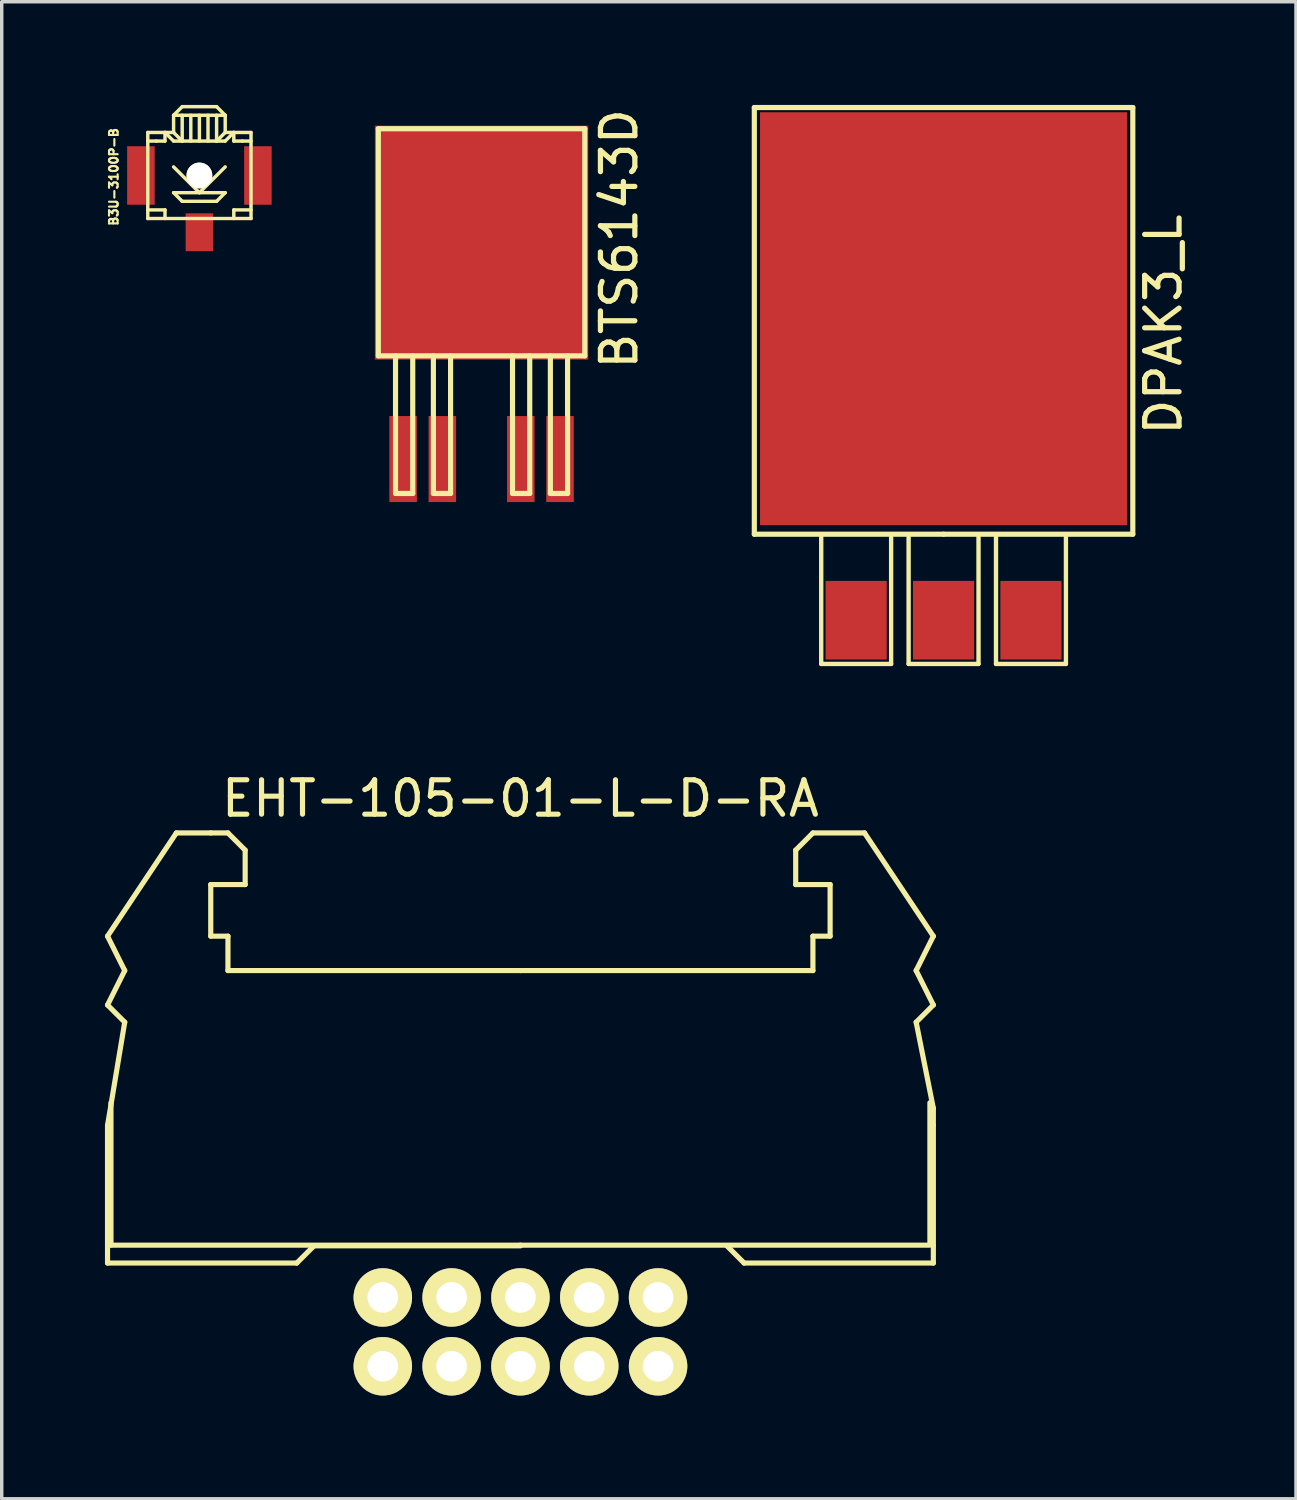
<source format=kicad_pcb>
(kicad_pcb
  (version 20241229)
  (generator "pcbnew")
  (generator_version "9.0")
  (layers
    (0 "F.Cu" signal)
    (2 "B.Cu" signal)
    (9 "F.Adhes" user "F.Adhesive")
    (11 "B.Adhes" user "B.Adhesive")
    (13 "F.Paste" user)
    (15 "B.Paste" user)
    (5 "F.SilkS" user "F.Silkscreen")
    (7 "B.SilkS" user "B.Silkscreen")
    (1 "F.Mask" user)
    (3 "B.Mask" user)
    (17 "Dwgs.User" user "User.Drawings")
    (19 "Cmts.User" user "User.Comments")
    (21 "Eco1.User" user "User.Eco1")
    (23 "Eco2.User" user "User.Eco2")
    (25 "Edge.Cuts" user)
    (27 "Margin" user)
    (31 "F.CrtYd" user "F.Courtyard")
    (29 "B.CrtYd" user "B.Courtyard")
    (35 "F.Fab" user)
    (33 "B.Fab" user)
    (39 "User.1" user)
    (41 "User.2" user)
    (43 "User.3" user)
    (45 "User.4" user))
  (footprint "EHT-105-01-L-D-RA"
    (layer "F.Cu")
    (at 12.075 35.657)
    (property "Reference" "EHT-105-01-L-D-RA" (at 0 -15.5 0) (layer "F.SilkS") (effects (font (size 1 1) (thickness 0.15))))
    (attr through_hole)
    (fp_line (start -12 -11.5) (end -11.5 -10.5) (stroke (width 0.15) (type solid)) (layer "F.SilkS"))
    (fp_line (start -12 -9.5) (end -11.5 -9) (stroke (width 0.15) (type solid)) (layer "F.SilkS"))
    (fp_line (start -12 -2) (end -12 -6) (stroke (width 0.15) (type solid)) (layer "F.SilkS"))
    (fp_line (start -11.9 -2.52) (end -11.9 -6.66) (stroke (width 0.15) (type solid)) (layer "F.SilkS"))
    (fp_line (start -11.5 -10.5) (end -12 -9.5) (stroke (width 0.15) (type solid)) (layer "F.SilkS"))
    (fp_line (start -11.5 -9) (end -12 -6) (stroke (width 0.15) (type solid)) (layer "F.SilkS"))
    (fp_line (start -10 -14.5) (end -12 -11.5) (stroke (width 0.15) (type solid)) (layer "F.SilkS"))
    (fp_line (start -10 -14.5) (end -9 -14.5) (stroke (width 0.15) (type solid)) (layer "F.SilkS"))
    (fp_line (start -9 -13) (end -9 -11.5) (stroke (width 0.15) (type solid)) (layer "F.SilkS"))
    (fp_line (start -9 -13) (end -8 -13) (stroke (width 0.15) (type solid)) (layer "F.SilkS"))
    (fp_line (start -9 -11.5) (end -8.5 -11.5) (stroke (width 0.15) (type solid)) (layer "F.SilkS"))
    (fp_line (start -8.5 -14.5) (end -9 -14.5) (stroke (width 0.15) (type solid)) (layer "F.SilkS"))
    (fp_line (start -8.5 -11.5) (end -8.5 -10.5) (stroke (width 0.15) (type solid)) (layer "F.SilkS"))
    (fp_line (start -8.5 -10.5) (end 0 -10.5) (stroke (width 0.15) (type solid)) (layer "F.SilkS"))
    (fp_line (start -8 -14) (end -8.5 -14.5) (stroke (width 0.15) (type solid)) (layer "F.SilkS"))
    (fp_line (start -8 -13) (end -8 -14) (stroke (width 0.15) (type solid)) (layer "F.SilkS"))
    (fp_line (start -6.5 -2) (end -12 -2) (stroke (width 0.15) (type solid)) (layer "F.SilkS"))
    (fp_line (start -6 -2.5) (end -6.5 -2) (stroke (width 0.15) (type solid)) (layer "F.SilkS"))
    (fp_line (start 0 -10.5) (end 8.5 -10.5) (stroke (width 0.15) (type solid)) (layer "F.SilkS"))
    (fp_line (start 0 -2.52) (end -11.895 -2.52) (stroke (width 0.15) (type solid)) (layer "F.SilkS"))
    (fp_line (start 0 -2.52) (end 11.895 -2.52) (stroke (width 0.15) (type solid)) (layer "F.SilkS"))
    (fp_line (start 0 -2.5) (end -6 -2.5) (stroke (width 0.15) (type solid)) (layer "F.SilkS"))
    (fp_line (start 6.5 -2) (end 6 -2.5) (stroke (width 0.15) (type solid)) (layer "F.SilkS"))
    (fp_line (start 8 -14) (end 8.5 -14.5) (stroke (width 0.15) (type solid)) (layer "F.SilkS"))
    (fp_line (start 8 -13) (end 8 -14) (stroke (width 0.15) (type solid)) (layer "F.SilkS"))
    (fp_line (start 8.5 -14.5) (end 10 -14.5) (stroke (width 0.15) (type solid)) (layer "F.SilkS"))
    (fp_line (start 8.5 -11.5) (end 9 -11.5) (stroke (width 0.15) (type solid)) (layer "F.SilkS"))
    (fp_line (start 8.5 -10.5) (end 8.5 -11.5) (stroke (width 0.15) (type solid)) (layer "F.SilkS"))
    (fp_line (start 9 -13) (end 8 -13) (stroke (width 0.15) (type solid)) (layer "F.SilkS"))
    (fp_line (start 9 -11.5) (end 9 -13) (stroke (width 0.15) (type solid)) (layer "F.SilkS"))
    (fp_line (start 10 -14.5) (end 12 -11.5) (stroke (width 0.15) (type solid)) (layer "F.SilkS"))
    (fp_line (start 11.5 -10.5) (end 12 -9.5) (stroke (width 0.15) (type solid)) (layer "F.SilkS"))
    (fp_line (start 11.5 -9) (end 12 -6.5) (stroke (width 0.15) (type solid)) (layer "F.SilkS"))
    (fp_line (start 11.9 -2.59) (end 11.9 -6.66) (stroke (width 0.15) (type solid)) (layer "F.SilkS"))
    (fp_line (start 12 -11.5) (end 11.5 -10.5) (stroke (width 0.15) (type solid)) (layer "F.SilkS"))
    (fp_line (start 12 -9.5) (end 11.5 -9) (stroke (width 0.15) (type solid)) (layer "F.SilkS"))
    (fp_line (start 12 -6) (end 12 -6.5) (stroke (width 0.15) (type solid)) (layer "F.SilkS"))
    (fp_line (start 12 -6) (end 12 -2.5) (stroke (width 0.15) (type solid)) (layer "F.SilkS"))
    (fp_line (start 12 -2.5) (end 12 -2) (stroke (width 0.15) (type solid)) (layer "F.SilkS"))
    (fp_line (start 12 -2) (end 6.5 -2) (stroke (width 0.15) (type solid)) (layer "F.SilkS"))
    (pad "1" thru_hole circle (at -4 1) (size 1.7 1.7) (drill 0.89) (layers "*.Cu" "*.Mask" "F.SilkS"))
    (pad "2" thru_hole circle (at -4 -1) (size 1.7 1.7) (drill 0.89) (layers "*.Cu" "*.Mask" "F.SilkS"))
    (pad "3" thru_hole circle (at -2 1) (size 1.7 1.7) (drill 0.89) (layers "*.Cu" "*.Mask" "F.SilkS"))
    (pad "4" thru_hole circle (at -2 -1) (size 1.7 1.7) (drill 0.89) (layers "*.Cu" "*.Mask" "F.SilkS"))
    (pad "5" thru_hole circle (at 0 1) (size 1.7 1.7) (drill 0.89) (layers "*.Cu" "*.Mask" "F.SilkS"))
    (pad "6" thru_hole circle (at 0 -1) (size 1.7 1.7) (drill 0.89) (layers "*.Cu" "*.Mask" "F.SilkS"))
    (pad "7" thru_hole circle (at 2 1) (size 1.7 1.7) (drill 0.89) (layers "*.Cu" "*.Mask" "F.SilkS"))
    (pad "8" thru_hole circle (at 2 -1) (size 1.7 1.7) (drill 0.89) (layers "*.Cu" "*.Mask" "F.SilkS"))
    (pad "9" thru_hole circle (at 4 1) (size 1.7 1.7) (drill 0.89) (layers "*.Cu" "*.Mask" "F.SilkS"))
    (pad "10" thru_hole circle (at 4 -1) (size 1.7 1.7) (drill 0.89) (layers "*.Cu" "*.Mask" "F.SilkS")))
  (footprint "DPAK3_L"
    (layer "F.Cu")
    (at 24.372 14.975)
    (property "Reference" "DPAK3_L" (at 6.389 -8.594 90) (layer "F.SilkS") (effects (font (size 1 1) (thickness 0.152))))
    (attr through_hole)
    (fp_line (start -5.5 -14.9) (end 5.4 -14.9) (stroke (width 0.15) (type solid)) (layer "F.SilkS"))
    (fp_line (start -5.5 -2.5) (end -5.5 -14.9) (stroke (width 0.15) (type solid)) (layer "F.SilkS"))
    (fp_line (start -3.556 -2.413) (end -3.556 1.27) (stroke (width 0.127) (type solid)) (layer "F.SilkS"))
    (fp_line (start -3.556 1.27) (end -1.524 1.27) (stroke (width 0.127) (type solid)) (layer "F.SilkS"))
    (fp_line (start -1.524 1.27) (end -1.524 -2.413) (stroke (width 0.127) (type solid)) (layer "F.SilkS"))
    (fp_line (start -1.016 -2.413) (end -1.016 1.27) (stroke (width 0.127) (type solid)) (layer "F.SilkS"))
    (fp_line (start -1.016 1.27) (end 1.016 1.27) (stroke (width 0.127) (type solid)) (layer "F.SilkS"))
    (fp_line (start 0 -2.5) (end -5.5 -2.5) (stroke (width 0.15) (type solid)) (layer "F.SilkS"))
    (fp_line (start 1.016 1.27) (end 1.016 -2.413) (stroke (width 0.127) (type solid)) (layer "F.SilkS"))
    (fp_line (start 1.524 -2.413) (end 1.524 1.27) (stroke (width 0.127) (type solid)) (layer "F.SilkS"))
    (fp_line (start 1.524 1.27) (end 3.556 1.27) (stroke (width 0.127) (type solid)) (layer "F.SilkS"))
    (fp_line (start 3.556 1.27) (end 3.556 -2.413) (stroke (width 0.127) (type solid)) (layer "F.SilkS"))
    (fp_line (start 5.4 -14.9) (end 5.5 -14.9) (stroke (width 0.15) (type solid)) (layer "F.SilkS"))
    (fp_line (start 5.5 -14.9) (end 5.5 -2.5) (stroke (width 0.15) (type solid)) (layer "F.SilkS"))
    (fp_line (start 5.5 -2.5) (end 0 -2.5) (stroke (width 0.15) (type solid)) (layer "F.SilkS"))
    (pad "1" smd rect (at -2.54 0) (size 1.778 2.286) (layers "F.Cu" "F.Mask"))
    (pad "2" smd rect (at 0 -8.763) (size 10.668 12) (layers "F.Cu" "F.Mask"))
    (pad "2" smd rect (at 0 0) (size 1.778 2.286) (layers "F.Cu" "F.Mask"))
    (pad "3" smd rect (at 2.54 0) (size 1.778 2.286) (layers "F.Cu" "F.Mask")))
  (footprint "B3U-3100P-B"
    (layer "F.Cu")
    (at 2.745 2.05)
    (property "Reference" "B3U-3100P-B" (at -2.489 0.042 90) (layer "F.SilkS") (effects (font (size 0.25 0.25) (thickness 0.062))))
    (attr through_hole)
    (fp_line (start -1.5 -1) (end -1.25 -1) (stroke (width 0.1) (type solid)) (layer "F.SilkS"))
    (fp_line (start -1.5 1) (end -1 1) (stroke (width 0.1) (type solid)) (layer "F.SilkS"))
    (fp_line (start -1.5 1.25) (end -1.5 -1.25) (stroke (width 0.1) (type solid)) (layer "F.SilkS"))
    (fp_line (start -1.25 -1) (end -1 -1) (stroke (width 0.1) (type solid)) (layer "F.SilkS"))
    (fp_line (start -1 -1.25) (end -1.5 -1.25) (stroke (width 0.1) (type solid)) (layer "F.SilkS"))
    (fp_line (start -1 -1.25) (end -0.75 -1.25) (stroke (width 0.1) (type solid)) (layer "F.SilkS"))
    (fp_line (start -1 -1) (end -1 -1.25) (stroke (width 0.1) (type solid)) (layer "F.SilkS"))
    (fp_line (start -1 1) (end -1 1.25) (stroke (width 0.1) (type solid)) (layer "F.SilkS"))
    (fp_line (start -0.75 -1.75) (end -0.75 -1.25) (stroke (width 0.1) (type solid)) (layer "F.SilkS"))
    (fp_line (start -0.75 -1.75) (end 0.75 -1.75) (stroke (width 0.1) (type solid)) (layer "F.SilkS"))
    (fp_line (start -0.75 -1) (end -1 -1.25) (stroke (width 0.1) (type solid)) (layer "F.SilkS"))
    (fp_line (start -0.75 0.5) (end -0.5 0.75) (stroke (width 0.1) (type solid)) (layer "F.SilkS"))
    (fp_line (start -0.5 -2) (end -0.75 -1.75) (stroke (width 0.1) (type solid)) (layer "F.SilkS"))
    (fp_line (start -0.5 -1.75) (end -0.5 -1) (stroke (width 0.1) (type solid)) (layer "F.SilkS"))
    (fp_line (start -0.5 -1) (end -0.75 -1.25) (stroke (width 0.1) (type solid)) (layer "F.SilkS"))
    (fp_line (start -0.5 -1) (end -0.75 -1) (stroke (width 0.1) (type solid)) (layer "F.SilkS"))
    (fp_line (start -0.5 -1) (end 0.5 -1) (stroke (width 0.1) (type solid)) (layer "F.SilkS"))
    (fp_line (start -0.5 0.75) (end 0.5 0.75) (stroke (width 0.1) (type solid)) (layer "F.SilkS"))
    (fp_line (start -0.25 -1.75) (end -0.25 -1) (stroke (width 0.1) (type solid)) (layer "F.SilkS"))
    (fp_line (start 0 -1.75) (end 0 -1) (stroke (width 0.1) (type solid)) (layer "F.SilkS"))
    (fp_line (start 0 0.5) (end -0.75 -0.25) (stroke (width 0.1) (type solid)) (layer "F.SilkS"))
    (fp_line (start 0 0.5) (end 0.75 -0.25) (stroke (width 0.1) (type solid)) (layer "F.SilkS"))
    (fp_line (start 0.25 -1.75) (end 0.25 -1) (stroke (width 0.1) (type solid)) (layer "F.SilkS"))
    (fp_line (start 0.5 -2) (end -0.5 -2) (stroke (width 0.1) (type solid)) (layer "F.SilkS"))
    (fp_line (start 0.5 -1.75) (end 0.5 -1) (stroke (width 0.1) (type solid)) (layer "F.SilkS"))
    (fp_line (start 0.5 0.75) (end 0.75 0.5) (stroke (width 0.1) (type solid)) (layer "F.SilkS"))
    (fp_line (start 0.75 -1.75) (end 0.5 -2) (stroke (width 0.1) (type solid)) (layer "F.SilkS"))
    (fp_line (start 0.75 -1.25) (end 0.5 -1) (stroke (width 0.1) (type solid)) (layer "F.SilkS"))
    (fp_line (start 0.75 -1.25) (end 0.75 -1.75) (stroke (width 0.1) (type solid)) (layer "F.SilkS"))
    (fp_line (start 0.75 -1.25) (end 1 -1.25) (stroke (width 0.1) (type solid)) (layer "F.SilkS"))
    (fp_line (start 0.75 -1) (end 0.5 -1) (stroke (width 0.1) (type solid)) (layer "F.SilkS"))
    (fp_line (start 0.75 0.5) (end -0.75 0.5) (stroke (width 0.1) (type solid)) (layer "F.SilkS"))
    (fp_line (start 1 -1.25) (end 0.75 -1) (stroke (width 0.1) (type solid)) (layer "F.SilkS"))
    (fp_line (start 1 -1) (end 1 -1.25) (stroke (width 0.1) (type solid)) (layer "F.SilkS"))
    (fp_line (start 1 1) (end 1.5 1) (stroke (width 0.1) (type solid)) (layer "F.SilkS"))
    (fp_line (start 1 1.25) (end 1 1) (stroke (width 0.1) (type solid)) (layer "F.SilkS"))
    (fp_line (start 1.25 -1) (end 1 -1) (stroke (width 0.1) (type solid)) (layer "F.SilkS"))
    (fp_line (start 1.25 -1) (end 1.5 -1) (stroke (width 0.1) (type solid)) (layer "F.SilkS"))
    (fp_line (start 1.5 -1.25) (end 1 -1.25) (stroke (width 0.1) (type solid)) (layer "F.SilkS"))
    (fp_line (start 1.5 -1.25) (end 1.5 1.25) (stroke (width 0.1) (type solid)) (layer "F.SilkS"))
    (fp_line (start 1.5 1.25) (end -1.5 1.25) (stroke (width 0.1) (type solid)) (layer "F.SilkS"))
    (pad "" np_thru_hole circle (at 0 0) (size 0.75 0.75) (drill 0.75) (layers "*.Cu" "*.Mask" "F.SilkS"))
    (pad "1" smd rect (at -1.7 0) (size 0.8 1.7) (layers "F.Cu" "F.Mask" "F.Paste"))
    (pad "2" smd rect (at 1.7 0) (size 0.8 1.7) (layers "F.Cu" "F.Mask" "F.Paste"))
    (pad "GND" smd rect (at 0 1.65) (size 0.8 1.1) (layers "F.Cu" "F.Mask" "F.Paste")))
  (footprint "BTS6143D"
    (layer "F.Cu")
    (at 10.945 10.291)
    (property "Reference" "BTS6143D" (at 4 -6.4 90) (layer "F.SilkS") (effects (font (size 1 1) (thickness 0.152))))
    (attr through_hole)
    (fp_line (start -3 -9.6) (end 3 -9.6) (stroke (width 0.15) (type solid)) (layer "F.SilkS"))
    (fp_line (start -3 -3) (end -3 -9.6) (stroke (width 0.15) (type solid)) (layer "F.SilkS"))
    (fp_line (start -2.5 -3) (end -2.5 1) (stroke (width 0.15) (type solid)) (layer "F.SilkS"))
    (fp_line (start -2.5 1) (end -2 1) (stroke (width 0.15) (type solid)) (layer "F.SilkS"))
    (fp_line (start -2 1) (end -2 -3) (stroke (width 0.15) (type solid)) (layer "F.SilkS"))
    (fp_line (start -1.4 -3) (end -1.4 1) (stroke (width 0.15) (type solid)) (layer "F.SilkS"))
    (fp_line (start -1.4 1) (end -0.9 1) (stroke (width 0.15) (type solid)) (layer "F.SilkS"))
    (fp_line (start -0.9 1) (end -0.9 -3) (stroke (width 0.15) (type solid)) (layer "F.SilkS"))
    (fp_line (start 0.9 -3) (end 0.9 1) (stroke (width 0.15) (type solid)) (layer "F.SilkS"))
    (fp_line (start 0.9 1) (end 1.4 1) (stroke (width 0.15) (type solid)) (layer "F.SilkS"))
    (fp_line (start 1.4 1) (end 1.4 -3) (stroke (width 0.15) (type solid)) (layer "F.SilkS"))
    (fp_line (start 2 -3) (end 2 1) (stroke (width 0.15) (type solid)) (layer "F.SilkS"))
    (fp_line (start 2 1) (end 2.5 1) (stroke (width 0.15) (type solid)) (layer "F.SilkS"))
    (fp_line (start 2.5 1) (end 2.5 -3) (stroke (width 0.15) (type solid)) (layer "F.SilkS"))
    (fp_line (start 3 -9.6) (end 3 -3) (stroke (width 0.15) (type solid)) (layer "F.SilkS"))
    (fp_line (start 3 -3) (end -3 -3) (stroke (width 0.15) (type solid)) (layer "F.SilkS"))
    (pad "1" smd rect (at -2.28 0) (size 0.8 2.5) (layers "F.Cu" "F.Mask"))
    (pad "2" smd rect (at -1.14 0) (size 0.8 2.5) (layers "F.Cu" "F.Mask"))
    (pad "3" smd rect (at 0 -6.29) (size 6.2 6.8) (layers "F.Cu" "F.Mask"))
    (pad "4" smd rect (at 1.14 0) (size 0.8 2.5) (layers "F.Cu" "F.Mask"))
    (pad "5" smd rect (at 2.28 0) (size 0.8 2.5) (layers "F.Cu" "F.Mask")))
  (gr_rect
    (start -3 -3)
    (end 34.614 40.507)
    (stroke (width 0.1) (type default))
    (fill no)
    (layer "Edge.Cuts")))
</source>
